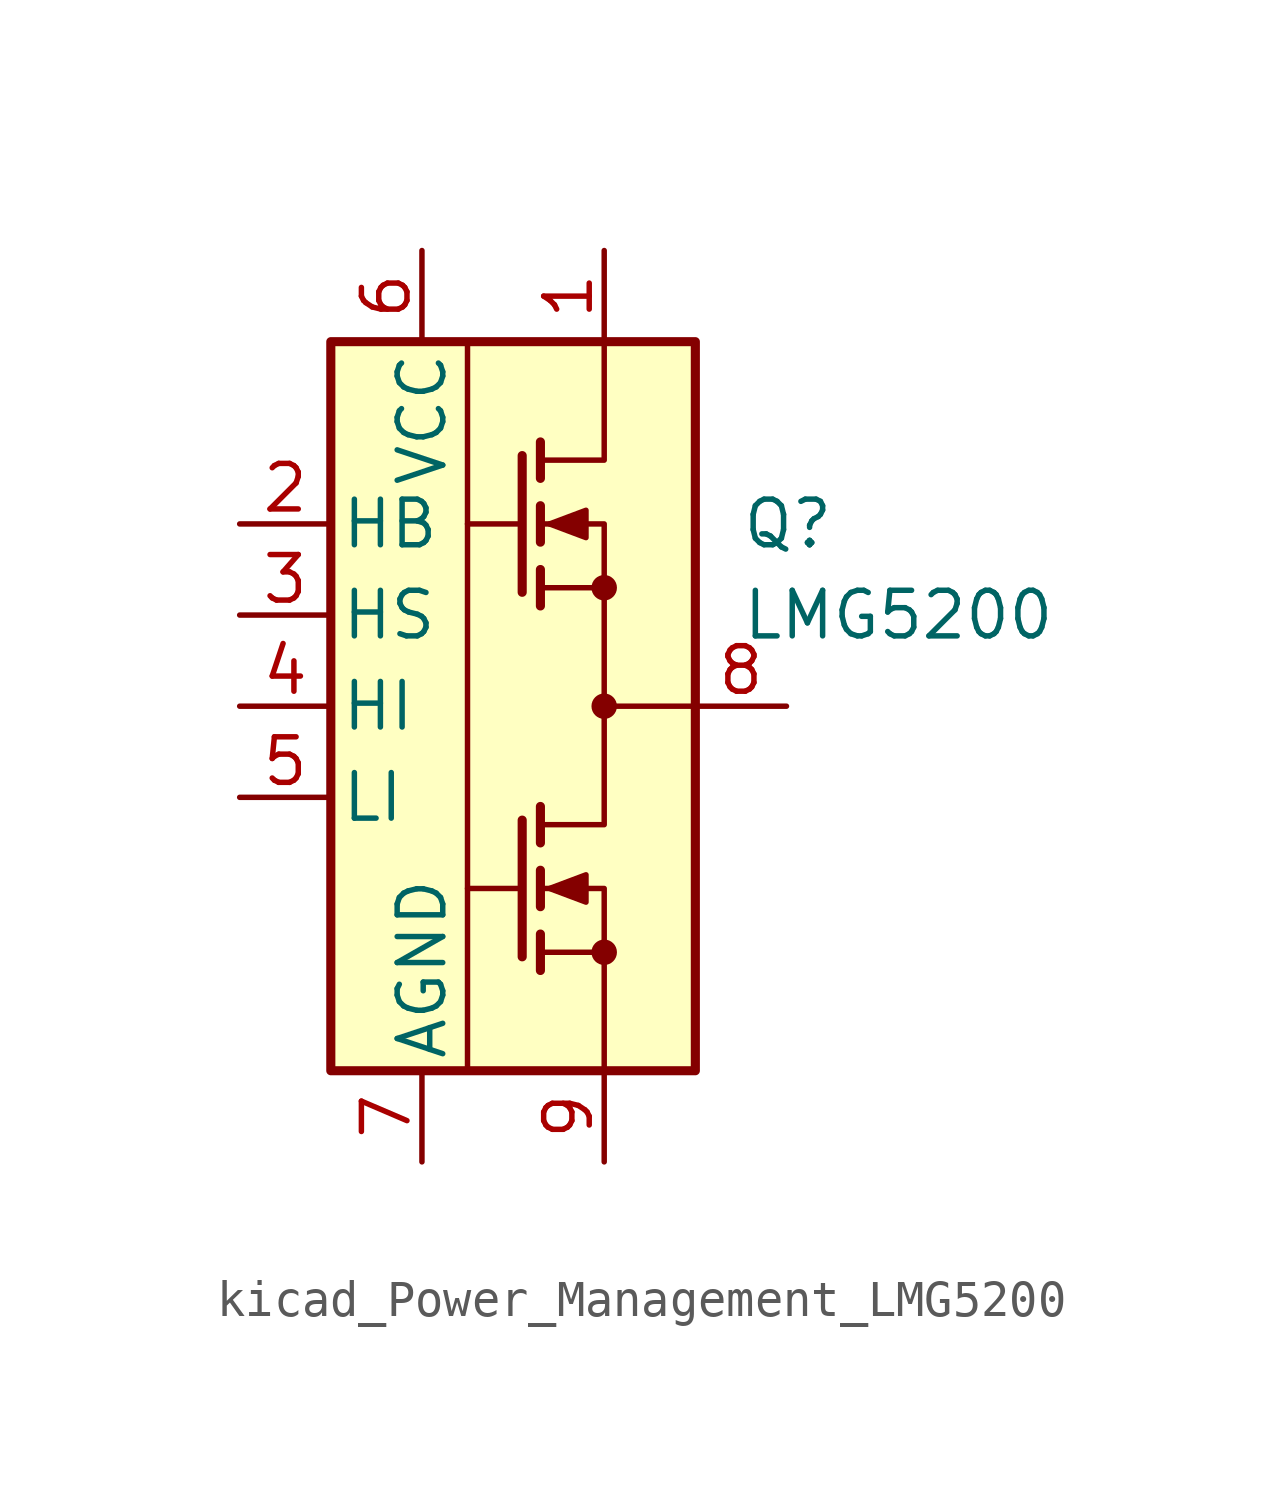
<source format=kicad_sym>
(kicad_symbol_lib
  (version 20220914)
  (generator kicad_symbol_editor)
  (symbol "kicad_Power_Management_LMG5200"
    (pin_names
      (offset 0.254))
    (property "Reference" "Q"
      (at 6.35 5.08 0)
      (effects (font (size 1.27 1.27)) (justify left)))
    (property "Value" "LMG5200"
      (at 6.35 2.54 0)
      (effects (font (size 1.27 1.27)) (justify left)))
    (symbol "kicad_Power_Management_LMG5200_0_1"
      (rectangle (start -5.08 10.16) (end 5.08 -10.16) (stroke (width 0.254) (type default)) (fill (type background)))
      (polyline (pts (xy -1.27 -5.08) (xy 0.254 -5.08)) (stroke (width 0) (type default)) (fill (type none)))
      (polyline (pts (xy -1.27 5.08) (xy 0.254 5.08)) (stroke (width 0) (type default)) (fill (type none)))
      (polyline (pts (xy -1.27 10.16) (xy -1.27 -10.16)) (stroke (width 0) (type default)) (fill (type none)))
      (polyline (pts (xy 0.762 -6.858) (xy 2.54 -6.858)) (stroke (width 0) (type default)) (fill (type none)))
      (polyline (pts (xy 0.762 -6.35) (xy 0.762 -7.366)) (stroke (width 0.254) (type default)) (fill (type none)))
      (polyline (pts (xy 0.762 -4.572) (xy 0.762 -5.588)) (stroke (width 0.254) (type default)) (fill (type none)))
      (polyline (pts (xy 0.762 -2.794) (xy 0.762 -3.81)) (stroke (width 0.254) (type default)) (fill (type none)))
      (polyline (pts (xy 0.762 3.302) (xy 2.54 3.302)) (stroke (width 0) (type default)) (fill (type none)))
      (polyline (pts (xy 0.762 3.81) (xy 0.762 2.794)) (stroke (width 0.254) (type default)) (fill (type none)))
      (polyline (pts (xy 0.762 5.588) (xy 0.762 4.572)) (stroke (width 0.254) (type default)) (fill (type none)))
      (polyline (pts (xy 0.762 7.366) (xy 0.762 6.35)) (stroke (width 0.254) (type default)) (fill (type none)))
      (polyline (pts (xy 5.08 0) (xy 2.54 0)) (stroke (width 0) (type default)) (fill (type none)))
      (polyline (pts (xy 0.254 -3.175) (xy 0.254 -6.985) (xy 0.254 -6.985)) (stroke (width 0.254) (type default)) (fill (type none)))
      (polyline (pts (xy 0.254 6.985) (xy 0.254 3.175) (xy 0.254 3.175)) (stroke (width 0.254) (type default)) (fill (type none)))
      (polyline (pts (xy 0.762 6.858) (xy 2.54 6.858) (xy 2.54 10.16)) (stroke (width 0) (type default)) (fill (type none)))
      (polyline (pts (xy 2.54 -10.16) (xy 2.54 -5.08) (xy 0.762 -5.08)) (stroke (width 0) (type default)) (fill (type none)))
      (polyline (pts (xy 0.762 5.08) (xy 2.54 5.08) (xy 2.54 -3.302) (xy 0.762 -3.302)) (stroke (width 0) (type default)) (fill (type none)))
      (polyline (pts (xy 1.016 -5.08) (xy 2.032 -4.699) (xy 2.032 -5.461) (xy 1.016 -5.08)) (stroke (width 0) (type default)) (fill (type outline)))
      (polyline (pts (xy 1.016 5.08) (xy 2.032 5.461) (xy 2.032 4.699) (xy 1.016 5.08)) (stroke (width 0) (type default)) (fill (type outline)))
      (circle (center 2.54 -6.858) (radius 0.279) (stroke (width 0) (type default)) (fill (type outline)))
      (circle (center 2.54 0) (radius 0.279) (stroke (width 0) (type default)) (fill (type outline)))
      (circle (center 2.54 3.302) (radius 0.279) (stroke (width 0) (type default)) (fill (type outline))))
    (symbol "kicad_Power_Management_LMG5200_1_1"
      (pin passive line (at 2.54 12.7 270) (length 2.54) (name "~" (effects (font (size 1.27 1.27)))) (number "1" (effects (font (size 1.27 1.27)))))
      (pin passive line (at -7.62 5.08 0) (length 2.54) (name "HB" (effects (font (size 1.27 1.27)))) (number "2" (effects (font (size 1.27 1.27)))))
      (pin passive line (at -7.62 2.54 0) (length 2.54) (name "HS" (effects (font (size 1.27 1.27)))) (number "3" (effects (font (size 1.27 1.27)))))
      (pin input line (at -7.62 0 0) (length 2.54) (name "HI" (effects (font (size 1.27 1.27)))) (number "4" (effects (font (size 1.27 1.27)))))
      (pin input line (at -7.62 -2.54 0) (length 2.54) (name "LI" (effects (font (size 1.27 1.27)))) (number "5" (effects (font (size 1.27 1.27)))))
      (pin power_in line (at -2.54 12.7 270) (length 2.54) (name "VCC" (effects (font (size 1.27 1.27)))) (number "6" (effects (font (size 1.27 1.27)))))
      (pin power_in line (at -2.54 -12.7 90) (length 2.54) (name "AGND" (effects (font (size 1.27 1.27)))) (number "7" (effects (font (size 1.27 1.27)))))
      (pin passive line (at 7.62 0 180) (length 2.54) (name "~" (effects (font (size 1.27 1.27)))) (number "8" (effects (font (size 1.27 1.27)))))
      (pin passive line (at 2.54 -12.7 90) (length 2.54) (name "~" (effects (font (size 1.27 1.27)))) (number "9" (effects (font (size 1.27 1.27))))))))
</source>
